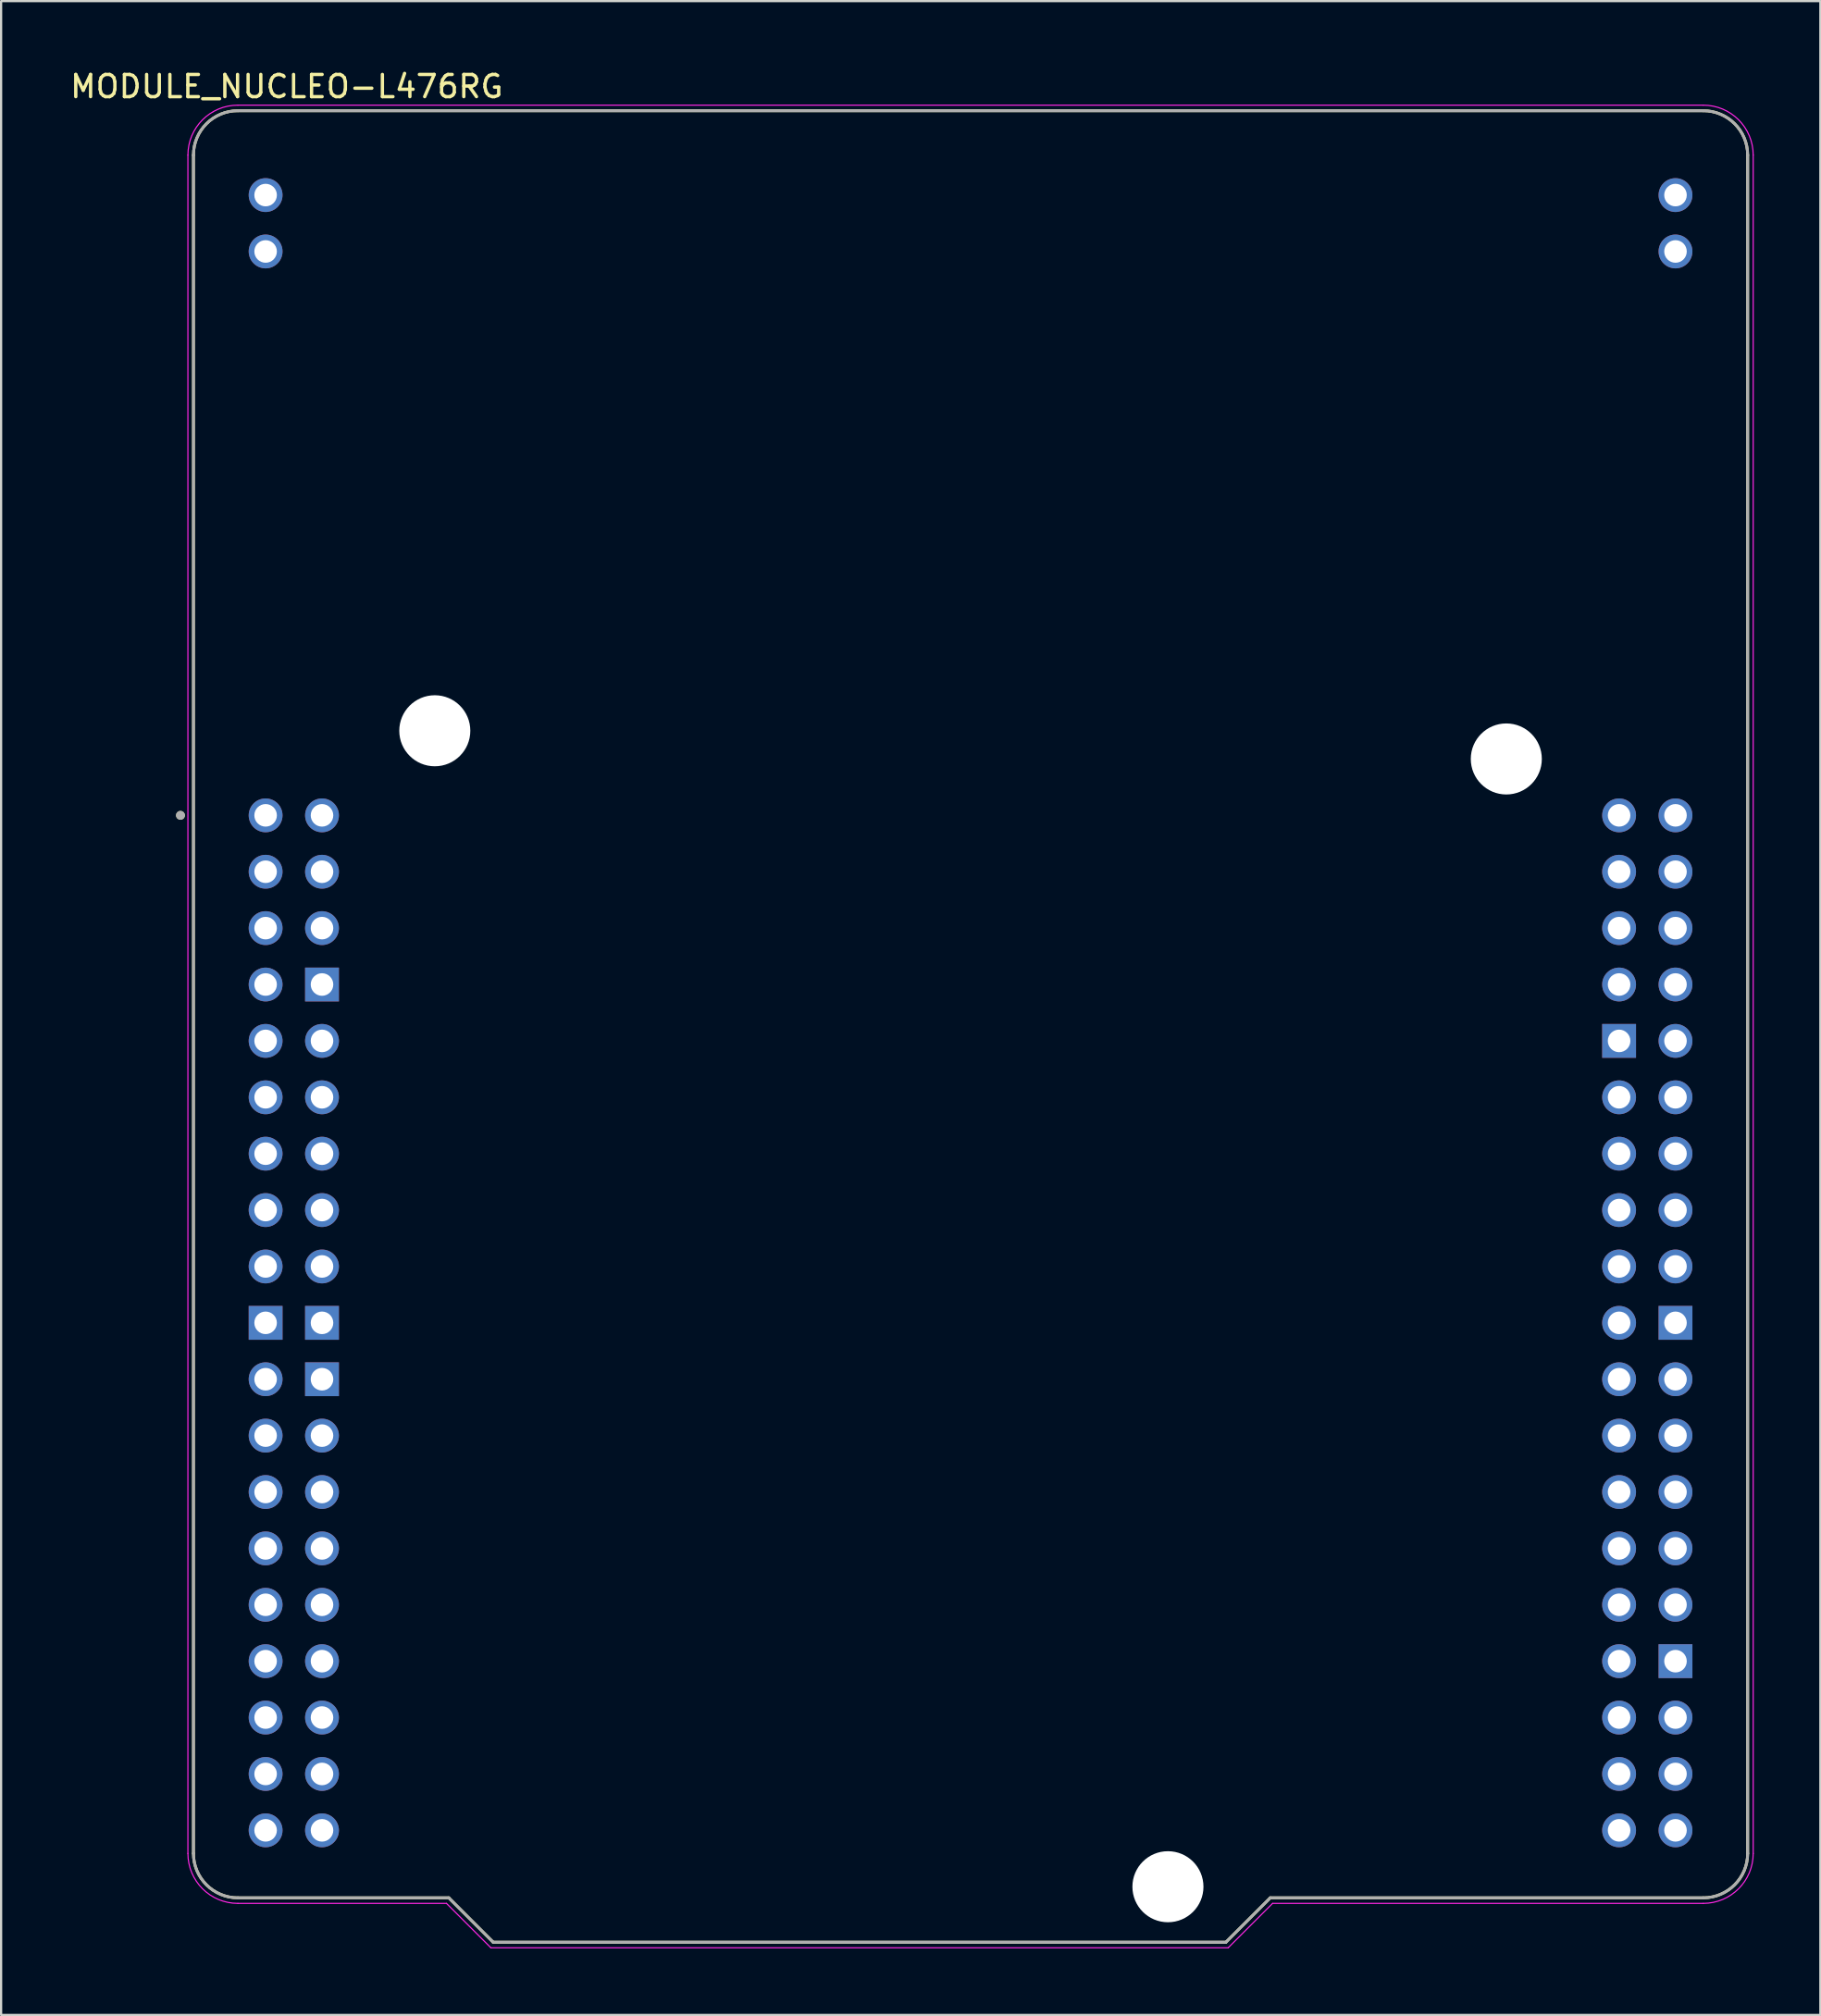
<source format=kicad_pcb>
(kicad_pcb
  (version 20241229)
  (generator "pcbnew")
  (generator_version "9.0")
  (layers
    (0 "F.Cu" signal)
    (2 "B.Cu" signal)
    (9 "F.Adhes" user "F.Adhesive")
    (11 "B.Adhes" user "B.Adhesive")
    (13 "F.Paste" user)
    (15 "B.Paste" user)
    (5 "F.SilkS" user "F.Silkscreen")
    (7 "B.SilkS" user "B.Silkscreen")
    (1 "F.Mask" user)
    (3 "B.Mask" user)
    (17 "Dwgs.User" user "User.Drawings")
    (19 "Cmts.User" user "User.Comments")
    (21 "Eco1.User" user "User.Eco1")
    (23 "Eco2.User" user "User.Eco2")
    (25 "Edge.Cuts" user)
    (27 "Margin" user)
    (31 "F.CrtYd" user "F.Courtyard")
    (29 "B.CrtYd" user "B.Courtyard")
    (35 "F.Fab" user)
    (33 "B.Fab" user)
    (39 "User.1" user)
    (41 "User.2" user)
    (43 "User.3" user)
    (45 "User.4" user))
  (footprint "MODULE_NUCLEO-L476RG"
    (layer "F.Cu")
    (at 8.913 33.677)
    (property "Reference" "MODULE_NUCLEO-L476RG" (at 0.95 -32.829 0) (layer "F.SilkS") (effects (font (size 1 1) (thickness 0.15))))
    (attr through_hole)
    (fp_line (start -3.25 -29.74) (end -3.25 46.76) (stroke (width 0.127) (type solid)) (layer "F.SilkS"))
    (fp_line (start -1.25 -31.74) (end 64.75 -31.74) (stroke (width 0.127) (type solid)) (layer "F.SilkS"))
    (fp_line (start -1.25 48.76) (end 8.25 48.76) (stroke (width 0.127) (type solid)) (layer "F.SilkS"))
    (fp_line (start 8.25 48.76) (end 10.25 50.76) (stroke (width 0.127) (type solid)) (layer "F.SilkS"))
    (fp_line (start 10.25 50.76) (end 43.25 50.76) (stroke (width 0.127) (type solid)) (layer "F.SilkS"))
    (fp_line (start 43.25 50.76) (end 45.25 48.76) (stroke (width 0.127) (type solid)) (layer "F.SilkS"))
    (fp_line (start 45.25 48.76) (end 64.75 48.76) (stroke (width 0.127) (type solid)) (layer "F.SilkS"))
    (fp_line (start 66.75 46.76) (end 66.75 -29.74) (stroke (width 0.127) (type solid)) (layer "F.SilkS"))
    (fp_arc (start -3.25 -29.74) (mid -2.664214 -31.154214) (end -1.25 -31.74) (stroke (width 0.127) (type solid)) (layer "F.SilkS"))
    (fp_arc (start -1.25 48.76) (mid -2.664214 48.174214) (end -3.25 46.76) (stroke (width 0.127) (type solid)) (layer "F.SilkS"))
    (fp_arc (start 64.75 -31.74) (mid 66.164214 -31.154214) (end 66.75 -29.74) (stroke (width 0.127) (type solid)) (layer "F.SilkS"))
    (fp_arc (start 66.75 46.76) (mid 66.164214 48.174214) (end 64.75 48.76) (stroke (width 0.127) (type solid)) (layer "F.SilkS"))
    (fp_circle (center -3.835 0) (end -3.735 0) (stroke (width 0.2) (type solid)) (fill no) (layer "F.SilkS"))
    (fp_line (start -3.5 -29.74) (end -3.5 46.76) (stroke (width 0.05) (type solid)) (layer "F.CrtYd"))
    (fp_line (start -1.25 -31.99) (end 64.75 -31.99) (stroke (width 0.05) (type solid)) (layer "F.CrtYd"))
    (fp_line (start -1.25 49.01) (end 8.146 49.01) (stroke (width 0.05) (type solid)) (layer "F.CrtYd"))
    (fp_line (start 8.146 49.01) (end 10.146 51.01) (stroke (width 0.05) (type solid)) (layer "F.CrtYd"))
    (fp_line (start 10.146 51.01) (end 43.354 51.01) (stroke (width 0.05) (type solid)) (layer "F.CrtYd"))
    (fp_line (start 43.354 51.01) (end 45.354 49.01) (stroke (width 0.05) (type solid)) (layer "F.CrtYd"))
    (fp_line (start 45.354 49.01) (end 64.75 49.01) (stroke (width 0.05) (type solid)) (layer "F.CrtYd"))
    (fp_line (start 67 46.76) (end 67 -29.74) (stroke (width 0.05) (type solid)) (layer "F.CrtYd"))
    (fp_arc (start -3.5 -29.74) (mid -2.84099 -31.33099) (end -1.25 -31.99) (stroke (width 0.05) (type solid)) (layer "F.CrtYd"))
    (fp_arc (start -1.25 49.01) (mid -2.84099 48.35099) (end -3.5 46.76) (stroke (width 0.05) (type solid)) (layer "F.CrtYd"))
    (fp_arc (start 64.75 -31.99) (mid 66.34099 -31.33099) (end 67 -29.74) (stroke (width 0.05) (type solid)) (layer "F.CrtYd"))
    (fp_arc (start 67 46.76) (mid 66.34099 48.35099) (end 64.75 49.01) (stroke (width 0.05) (type solid)) (layer "F.CrtYd"))
    (fp_line (start -3.25 -29.74) (end -3.25 46.76) (stroke (width 0.127) (type solid)) (layer "F.Fab"))
    (fp_line (start -1.25 -31.74) (end 64.75 -31.74) (stroke (width 0.127) (type solid)) (layer "F.Fab"))
    (fp_line (start -1.25 48.76) (end 8.25 48.76) (stroke (width 0.127) (type solid)) (layer "F.Fab"))
    (fp_line (start 8.25 48.76) (end 10.25 50.76) (stroke (width 0.127) (type solid)) (layer "F.Fab"))
    (fp_line (start 10.25 50.76) (end 43.25 50.76) (stroke (width 0.127) (type solid)) (layer "F.Fab"))
    (fp_line (start 43.25 50.76) (end 45.25 48.76) (stroke (width 0.127) (type solid)) (layer "F.Fab"))
    (fp_line (start 45.25 48.76) (end 64.75 48.76) (stroke (width 0.127) (type solid)) (layer "F.Fab"))
    (fp_line (start 66.75 46.76) (end 66.75 -29.74) (stroke (width 0.127) (type solid)) (layer "F.Fab"))
    (fp_arc (start -3.25 -29.74) (mid -2.664214 -31.154214) (end -1.25 -31.74) (stroke (width 0.127) (type solid)) (layer "F.Fab"))
    (fp_arc (start -1.25 48.76) (mid -2.664214 48.174214) (end -3.25 46.76) (stroke (width 0.127) (type solid)) (layer "F.Fab"))
    (fp_arc (start 64.75 -31.74) (mid 66.164214 -31.154214) (end 66.75 -29.74) (stroke (width 0.127) (type solid)) (layer "F.Fab"))
    (fp_arc (start 66.75 46.76) (mid 66.164214 48.174214) (end 64.75 48.76) (stroke (width 0.127) (type solid)) (layer "F.Fab"))
    (fp_circle (center -3.835 0) (end -3.735 0) (stroke (width 0.2) (type solid)) (fill no) (layer "F.Fab"))
    (pad "" np_thru_hole circle (at 7.62 -3.81) (size 3.2 3.2) (drill 3.2) (layers "*.Cu" "*.Mask"))
    (pad "" np_thru_hole circle (at 40.64 48.26) (size 3.2 3.2) (drill 3.2) (layers "*.Cu" "*.Mask"))
    (pad "" np_thru_hole circle (at 55.88 -2.54) (size 3.2 3.2) (drill 3.2) (layers "*.Cu" "*.Mask"))
    (pad "CN7_1" thru_hole circle (at 0 0) (size 1.524 1.524) (drill 1.016) (layers "*.Cu" "*.Mask"))
    (pad "CN7_2" thru_hole circle (at 2.54 0) (size 1.524 1.524) (drill 1.016) (layers "*.Cu" "*.Mask"))
    (pad "CN7_3" thru_hole circle (at 0 2.54) (size 1.524 1.524) (drill 1.016) (layers "*.Cu" "*.Mask"))
    (pad "CN7_4" thru_hole circle (at 2.54 2.54) (size 1.524 1.524) (drill 1.016) (layers "*.Cu" "*.Mask"))
    (pad "CN7_5" thru_hole circle (at 0 5.08) (size 1.524 1.524) (drill 1.016) (layers "*.Cu" "*.Mask"))
    (pad "CN7_6" thru_hole circle (at 2.54 5.08) (size 1.524 1.524) (drill 1.016) (layers "*.Cu" "*.Mask"))
    (pad "CN7_7" thru_hole circle (at 0 7.62) (size 1.524 1.524) (drill 1.016) (layers "*.Cu" "*.Mask"))
    (pad "CN7_8" thru_hole rect (at 2.54 7.62) (size 1.524 1.524) (drill 1.016) (layers "*.Cu" "*.Mask"))
    (pad "CN7_9" thru_hole circle (at 0 10.16) (size 1.524 1.524) (drill 1.016) (layers "*.Cu" "*.Mask"))
    (pad "CN7_10" thru_hole circle (at 2.54 10.16) (size 1.524 1.524) (drill 1.016) (layers "*.Cu" "*.Mask"))
    (pad "CN7_11" thru_hole circle (at 0 12.7) (size 1.524 1.524) (drill 1.016) (layers "*.Cu" "*.Mask"))
    (pad "CN7_12" thru_hole circle (at 2.54 12.7) (size 1.524 1.524) (drill 1.016) (layers "*.Cu" "*.Mask"))
    (pad "CN7_13" thru_hole circle (at 0 15.24) (size 1.524 1.524) (drill 1.016) (layers "*.Cu" "*.Mask"))
    (pad "CN7_14" thru_hole circle (at 2.54 15.24) (size 1.524 1.524) (drill 1.016) (layers "*.Cu" "*.Mask"))
    (pad "CN7_15" thru_hole circle (at 0 17.78) (size 1.524 1.524) (drill 1.016) (layers "*.Cu" "*.Mask"))
    (pad "CN7_16" thru_hole circle (at 2.54 17.78) (size 1.524 1.524) (drill 1.016) (layers "*.Cu" "*.Mask"))
    (pad "CN7_17" thru_hole circle (at 0 20.32) (size 1.524 1.524) (drill 1.016) (layers "*.Cu" "*.Mask"))
    (pad "CN7_18" thru_hole circle (at 2.54 20.32) (size 1.524 1.524) (drill 1.016) (layers "*.Cu" "*.Mask"))
    (pad "CN7_19" thru_hole rect (at 0 22.86) (size 1.524 1.524) (drill 1.016) (layers "*.Cu" "*.Mask"))
    (pad "CN7_20" thru_hole rect (at 2.54 22.86) (size 1.524 1.524) (drill 1.016) (layers "*.Cu" "*.Mask"))
    (pad "CN7_21" thru_hole circle (at 0 25.4) (size 1.524 1.524) (drill 1.016) (layers "*.Cu" "*.Mask"))
    (pad "CN7_22" thru_hole rect (at 2.54 25.4) (size 1.524 1.524) (drill 1.016) (layers "*.Cu" "*.Mask"))
    (pad "CN7_23" thru_hole circle (at 0 27.94) (size 1.524 1.524) (drill 1.016) (layers "*.Cu" "*.Mask"))
    (pad "CN7_24" thru_hole circle (at 2.54 27.94) (size 1.524 1.524) (drill 1.016) (layers "*.Cu" "*.Mask"))
    (pad "CN7_25" thru_hole circle (at 0 30.48) (size 1.524 1.524) (drill 1.016) (layers "*.Cu" "*.Mask"))
    (pad "CN7_26" thru_hole circle (at 2.54 30.48) (size 1.524 1.524) (drill 1.016) (layers "*.Cu" "*.Mask"))
    (pad "CN7_27" thru_hole circle (at 0 33.02) (size 1.524 1.524) (drill 1.016) (layers "*.Cu" "*.Mask"))
    (pad "CN7_28" thru_hole circle (at 2.54 33.02) (size 1.524 1.524) (drill 1.016) (layers "*.Cu" "*.Mask"))
    (pad "CN7_29" thru_hole circle (at 0 35.56) (size 1.524 1.524) (drill 1.016) (layers "*.Cu" "*.Mask"))
    (pad "CN7_30" thru_hole circle (at 2.54 35.56) (size 1.524 1.524) (drill 1.016) (layers "*.Cu" "*.Mask"))
    (pad "CN7_31" thru_hole circle (at 0 38.1) (size 1.524 1.524) (drill 1.016) (layers "*.Cu" "*.Mask"))
    (pad "CN7_32" thru_hole circle (at 2.54 38.1) (size 1.524 1.524) (drill 1.016) (layers "*.Cu" "*.Mask"))
    (pad "CN7_33" thru_hole circle (at 0 40.64) (size 1.524 1.524) (drill 1.016) (layers "*.Cu" "*.Mask"))
    (pad "CN7_34" thru_hole circle (at 2.54 40.64) (size 1.524 1.524) (drill 1.016) (layers "*.Cu" "*.Mask"))
    (pad "CN7_35" thru_hole circle (at 0 43.18) (size 1.524 1.524) (drill 1.016) (layers "*.Cu" "*.Mask"))
    (pad "CN7_36" thru_hole circle (at 2.54 43.18) (size 1.524 1.524) (drill 1.016) (layers "*.Cu" "*.Mask"))
    (pad "CN7_37" thru_hole circle (at 0 45.72) (size 1.524 1.524) (drill 1.016) (layers "*.Cu" "*.Mask"))
    (pad "CN7_38" thru_hole circle (at 2.54 45.72) (size 1.524 1.524) (drill 1.016) (layers "*.Cu" "*.Mask"))
    (pad "CN10_1" thru_hole circle (at 60.96 0) (size 1.524 1.524) (drill 1.016) (layers "*.Cu" "*.Mask"))
    (pad "CN10_2" thru_hole circle (at 63.5 0) (size 1.524 1.524) (drill 1.016) (layers "*.Cu" "*.Mask"))
    (pad "CN10_3" thru_hole circle (at 60.96 2.54) (size 1.524 1.524) (drill 1.016) (layers "*.Cu" "*.Mask"))
    (pad "CN10_4" thru_hole circle (at 63.5 2.54) (size 1.524 1.524) (drill 1.016) (layers "*.Cu" "*.Mask"))
    (pad "CN10_5" thru_hole circle (at 60.96 5.08) (size 1.524 1.524) (drill 1.016) (layers "*.Cu" "*.Mask"))
    (pad "CN10_6" thru_hole circle (at 63.5 5.08) (size 1.524 1.524) (drill 1.016) (layers "*.Cu" "*.Mask"))
    (pad "CN10_7" thru_hole circle (at 60.96 7.62) (size 1.524 1.524) (drill 1.016) (layers "*.Cu" "*.Mask"))
    (pad "CN10_8" thru_hole circle (at 63.5 7.62) (size 1.524 1.524) (drill 1.016) (layers "*.Cu" "*.Mask"))
    (pad "CN10_9" thru_hole rect (at 60.96 10.16) (size 1.524 1.524) (drill 1.016) (layers "*.Cu" "*.Mask"))
    (pad "CN10_10" thru_hole circle (at 63.5 10.16) (size 1.524 1.524) (drill 1.016) (layers "*.Cu" "*.Mask"))
    (pad "CN10_11" thru_hole circle (at 60.96 12.7) (size 1.524 1.524) (drill 1.016) (layers "*.Cu" "*.Mask"))
    (pad "CN10_12" thru_hole circle (at 63.5 12.7) (size 1.524 1.524) (drill 1.016) (layers "*.Cu" "*.Mask"))
    (pad "CN10_13" thru_hole circle (at 60.96 15.24) (size 1.524 1.524) (drill 1.016) (layers "*.Cu" "*.Mask"))
    (pad "CN10_14" thru_hole circle (at 63.5 15.24) (size 1.524 1.524) (drill 1.016) (layers "*.Cu" "*.Mask"))
    (pad "CN10_15" thru_hole circle (at 60.96 17.78) (size 1.524 1.524) (drill 1.016) (layers "*.Cu" "*.Mask"))
    (pad "CN10_16" thru_hole circle (at 63.5 17.78) (size 1.524 1.524) (drill 1.016) (layers "*.Cu" "*.Mask"))
    (pad "CN10_17" thru_hole circle (at 60.96 20.32) (size 1.524 1.524) (drill 1.016) (layers "*.Cu" "*.Mask"))
    (pad "CN10_18" thru_hole circle (at 63.5 20.32) (size 1.524 1.524) (drill 1.016) (layers "*.Cu" "*.Mask"))
    (pad "CN10_19" thru_hole circle (at 60.96 22.86) (size 1.524 1.524) (drill 1.016) (layers "*.Cu" "*.Mask"))
    (pad "CN10_20" thru_hole rect (at 63.5 22.86) (size 1.524 1.524) (drill 1.016) (layers "*.Cu" "*.Mask"))
    (pad "CN10_21" thru_hole circle (at 60.96 25.4) (size 1.524 1.524) (drill 1.016) (layers "*.Cu" "*.Mask"))
    (pad "CN10_22" thru_hole circle (at 63.5 25.4) (size 1.524 1.524) (drill 1.016) (layers "*.Cu" "*.Mask"))
    (pad "CN10_23" thru_hole circle (at 60.96 27.94) (size 1.524 1.524) (drill 1.016) (layers "*.Cu" "*.Mask"))
    (pad "CN10_24" thru_hole circle (at 63.5 27.94) (size 1.524 1.524) (drill 1.016) (layers "*.Cu" "*.Mask"))
    (pad "CN10_25" thru_hole circle (at 60.96 30.48) (size 1.524 1.524) (drill 1.016) (layers "*.Cu" "*.Mask"))
    (pad "CN10_26" thru_hole circle (at 63.5 30.48) (size 1.524 1.524) (drill 1.016) (layers "*.Cu" "*.Mask"))
    (pad "CN10_27" thru_hole circle (at 60.96 33.02) (size 1.524 1.524) (drill 1.016) (layers "*.Cu" "*.Mask"))
    (pad "CN10_28" thru_hole circle (at 63.5 33.02) (size 1.524 1.524) (drill 1.016) (layers "*.Cu" "*.Mask"))
    (pad "CN10_29" thru_hole circle (at 60.96 35.56) (size 1.524 1.524) (drill 1.016) (layers "*.Cu" "*.Mask"))
    (pad "CN10_30" thru_hole circle (at 63.5 35.56) (size 1.524 1.524) (drill 1.016) (layers "*.Cu" "*.Mask"))
    (pad "CN10_31" thru_hole circle (at 60.96 38.1) (size 1.524 1.524) (drill 1.016) (layers "*.Cu" "*.Mask"))
    (pad "CN10_32" thru_hole rect (at 63.5 38.1) (size 1.524 1.524) (drill 1.016) (layers "*.Cu" "*.Mask"))
    (pad "CN10_33" thru_hole circle (at 60.96 40.64) (size 1.524 1.524) (drill 1.016) (layers "*.Cu" "*.Mask"))
    (pad "CN10_34" thru_hole circle (at 63.5 40.64) (size 1.524 1.524) (drill 1.016) (layers "*.Cu" "*.Mask"))
    (pad "CN10_35" thru_hole circle (at 60.96 43.18) (size 1.524 1.524) (drill 1.016) (layers "*.Cu" "*.Mask"))
    (pad "CN10_36" thru_hole circle (at 63.5 43.18) (size 1.524 1.524) (drill 1.016) (layers "*.Cu" "*.Mask"))
    (pad "CN10_37" thru_hole circle (at 60.96 45.72) (size 1.524 1.524) (drill 1.016) (layers "*.Cu" "*.Mask"))
    (pad "CN10_38" thru_hole circle (at 63.5 45.72) (size 1.524 1.524) (drill 1.016) (layers "*.Cu" "*.Mask"))
    (pad "CN11_1" thru_hole circle (at 63.5 -27.94) (size 1.524 1.524) (drill 1.016) (layers "*.Cu" "*.Mask"))
    (pad "CN11_2" thru_hole circle (at 63.5 -25.4) (size 1.524 1.524) (drill 1.016) (layers "*.Cu" "*.Mask"))
    (pad "CN12_1" thru_hole circle (at 0 -27.94) (size 1.524 1.524) (drill 1.016) (layers "*.Cu" "*.Mask"))
    (pad "CN12_2" thru_hole circle (at 0 -25.4) (size 1.524 1.524) (drill 1.016) (layers "*.Cu" "*.Mask")))
  (gr_rect
    (start -3 -3)
    (end 78.938 87.712)
    (stroke (width 0.1) (type default))
    (fill no)
    (layer "Edge.Cuts")))
</source>
